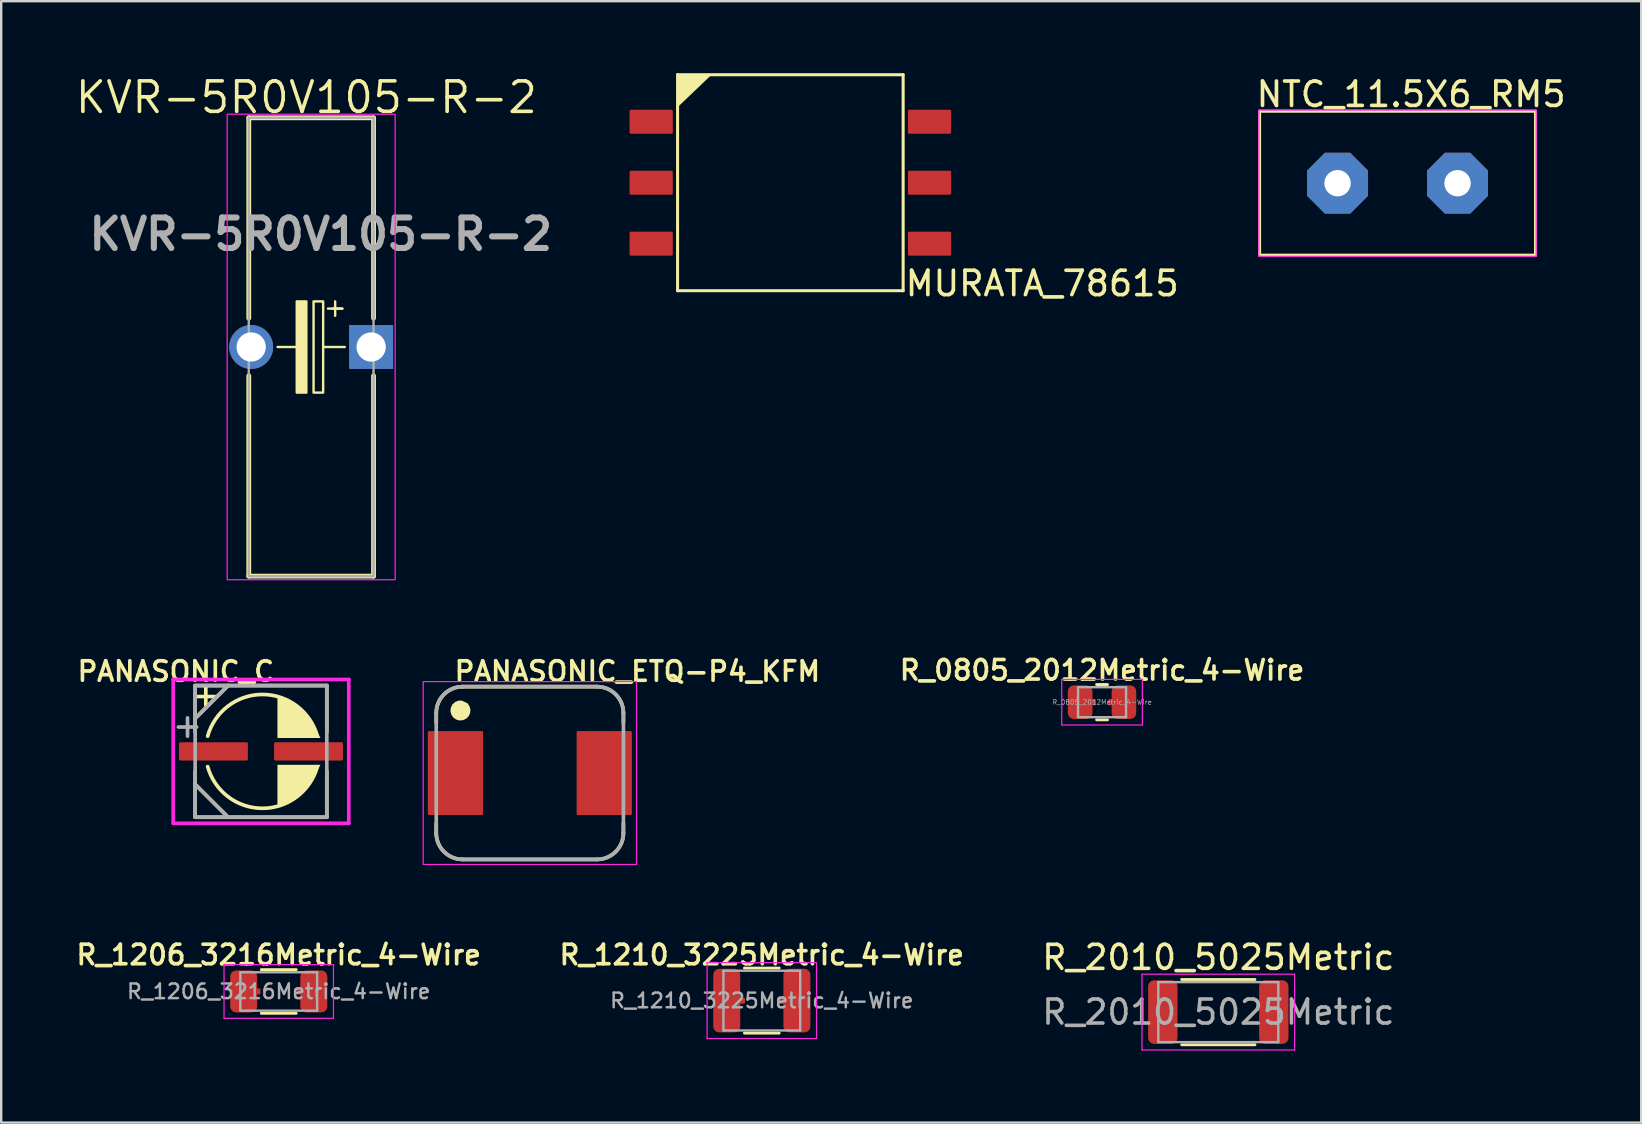
<source format=kicad_pcb>
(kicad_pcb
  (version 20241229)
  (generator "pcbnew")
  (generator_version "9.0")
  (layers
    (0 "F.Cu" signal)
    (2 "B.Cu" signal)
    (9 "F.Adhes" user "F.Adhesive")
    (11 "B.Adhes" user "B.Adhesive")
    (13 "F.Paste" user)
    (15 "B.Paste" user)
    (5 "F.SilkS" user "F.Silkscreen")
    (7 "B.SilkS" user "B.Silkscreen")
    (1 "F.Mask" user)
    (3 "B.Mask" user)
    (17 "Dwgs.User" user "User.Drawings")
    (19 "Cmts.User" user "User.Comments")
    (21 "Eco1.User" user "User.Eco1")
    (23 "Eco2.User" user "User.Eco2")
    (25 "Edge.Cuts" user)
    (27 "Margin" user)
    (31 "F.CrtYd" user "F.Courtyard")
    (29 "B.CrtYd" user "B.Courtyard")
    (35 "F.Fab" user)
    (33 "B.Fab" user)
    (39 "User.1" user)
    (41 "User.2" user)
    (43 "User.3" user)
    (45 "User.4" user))
  (footprint "KVR-5R0V105-R-2"
    (layer "F.Cu")
    (at 12.417 11.41)
    (property "Reference" "KVR-5R0V105-R-2" (at -2.7 -10.4 0) (layer "F.SilkS") (effects (font (size 1.27 1.27) (thickness 0.152))))
    (attr through_hole)
    (fp_line (start -5.1 -9.55) (end -5.1 -1.2) (stroke (width 0.2) (type solid)) (layer "F.SilkS"))
    (fp_line (start -5.1 9.55) (end -5.1 1.2) (stroke (width 0.2) (type solid)) (layer "F.SilkS"))
    (fp_line (start -3.9 0) (end -3.1 0) (stroke (width 0.1) (type default)) (layer "F.SilkS"))
    (fp_line (start -2 0) (end -1.1 0) (stroke (width 0.1) (type default)) (layer "F.SilkS"))
    (fp_line (start -1.6 -1.6) (end -1.2 -1.6) (stroke (width 0.1) (type default)) (layer "F.SilkS"))
    (fp_line (start -1.5 -1.9) (end -1.5 -1.3) (stroke (width 0.1) (type default)) (layer "F.SilkS"))
    (fp_line (start -1.2 -1.6) (end -1.8 -1.6) (stroke (width 0.1) (type default)) (layer "F.SilkS"))
    (fp_line (start 0.1 -9.55) (end -5.1 -9.55) (stroke (width 0.2) (type solid)) (layer "F.SilkS"))
    (fp_line (start 0.1 -1.2) (end 0.1 -9.55) (stroke (width 0.2) (type solid)) (layer "F.SilkS"))
    (fp_line (start 0.1 1.2) (end 0.1 9.55) (stroke (width 0.2) (type solid)) (layer "F.SilkS"))
    (fp_line (start 0.1 9.55) (end -5.1 9.55) (stroke (width 0.2) (type solid)) (layer "F.SilkS"))
    (fp_rect (start -3.1 -1.9) (end -2.7 1.9) (stroke (width 0.1) (type solid)) (fill yes) (layer "F.SilkS"))
    (fp_rect (start -2.4 -1.9) (end -2 1.9) (stroke (width 0.1) (type default)) (fill no) (layer "F.SilkS"))
    (fp_rect (start -6 -9.7) (end 1 9.7) (stroke (width 0.05) (type default)) (fill no) (layer "F.CrtYd"))
    (fp_line (start -5.1 -9.55) (end 0.1 -9.55) (stroke (width 0.1) (type solid)) (layer "F.Fab"))
    (fp_line (start -5.1 9.55) (end -5.1 -9.55) (stroke (width 0.1) (type solid)) (layer "F.Fab"))
    (fp_line (start 0.1 -9.55) (end 0.1 9.55) (stroke (width 0.1) (type solid)) (layer "F.Fab"))
    (fp_line (start 0.1 9.55) (end -5.1 9.55) (stroke (width 0.1) (type solid)) (layer "F.Fab"))
    (fp_text user "${REFERENCE}" (at -2.1 -4.7 0) (layer "F.Fab") (effects (font (size 1.27 1.27) (thickness 0.254))))
    (pad "+" thru_hole rect (at 0 0) (size 1.83 1.83) (drill 1.22) (layers "*.Cu" "*.Mask"))
    (pad "-" thru_hole circle (at -5 0) (size 1.83 1.83) (drill 1.22) (layers "*.Cu" "*.Mask")))
  (footprint "NTC_11.5X6_RM5"
    (layer "F.Cu")
    (at 55.19 4.585)
    (property "Reference" "NTC_11.5X6_RM5" (at -5.969 -3.111 0) (layer "F.SilkS") (effects (font (size 1.016 1.016) (thickness 0.152)) (justify left bottom)))
    (attr through_hole)
    (fp_line (start -5.75 -3) (end -5.75 3) (stroke (width 0.127) (type solid)) (layer "F.SilkS"))
    (fp_line (start -5.75 3) (end 5.75 3) (stroke (width 0.127) (type solid)) (layer "F.SilkS"))
    (fp_line (start 5.75 -3) (end -5.75 -3) (stroke (width 0.127) (type solid)) (layer "F.SilkS"))
    (fp_line (start 5.75 3) (end 5.75 -3) (stroke (width 0.127) (type solid)) (layer "F.SilkS"))
    (fp_rect (start -5.779 -3.048) (end 5.779 3.048) (stroke (width 0.05) (type default)) (fill no) (layer "F.CrtYd"))
    (pad "1" thru_hole roundrect (at -2.5 0) (size 2.54 2.54) (drill 1.1) (layers "*.Cu" "*.Mask") (roundrect_rratio 0.25) (chamfer_ratio 0.293) (chamfer top_left top_right bottom_left bottom_right))
    (pad "2" thru_hole roundrect (at 2.5 0) (size 2.54 2.54) (drill 1.1) (layers "*.Cu" "*.Mask") (roundrect_rratio 0.25) (chamfer_ratio 0.293) (chamfer top_left top_right bottom_left bottom_right)))
  (footprint "R_0805_2012Metric_4-Wire"
    (layer "F.Cu")
    (at 42.876 26.212)
    (property "Reference" "R_0805_2012Metric_4-Wire" (at 0 -1.333 0) (layer "F.SilkS") (effects (font (size 0.813 0.813) (thickness 0.152) (bold yes))))
    (attr smd)
    (fp_line (start -0.227 -0.735) (end 0.227 -0.735) (stroke (width 0.12) (type solid)) (layer "F.SilkS"))
    (fp_line (start -0.227 0.735) (end 0.227 0.735) (stroke (width 0.12) (type solid)) (layer "F.SilkS"))
    (fp_line (start -1.68 -0.95) (end 1.68 -0.95) (stroke (width 0.05) (type solid)) (layer "F.CrtYd"))
    (fp_line (start -1.68 0.95) (end -1.68 -0.95) (stroke (width 0.05) (type solid)) (layer "F.CrtYd"))
    (fp_line (start 1.68 -0.95) (end 1.68 0.95) (stroke (width 0.05) (type solid)) (layer "F.CrtYd"))
    (fp_line (start 1.68 0.95) (end -1.68 0.95) (stroke (width 0.05) (type solid)) (layer "F.CrtYd"))
    (fp_line (start -1 -0.625) (end 1 -0.625) (stroke (width 0.1) (type solid)) (layer "F.Fab"))
    (fp_line (start -1 0.625) (end -1 -0.625) (stroke (width 0.1) (type solid)) (layer "F.Fab"))
    (fp_line (start 1 -0.625) (end 1 0.625) (stroke (width 0.1) (type solid)) (layer "F.Fab"))
    (fp_line (start 1 0.625) (end -1 0.625) (stroke (width 0.1) (type solid)) (layer "F.Fab"))
    (fp_text user "${REFERENCE}" (at 0 0 0) (layer "F.Fab") (effects (font (size 0.2 0.2) (thickness 0.025))))
    (pad "1" smd roundrect (at -0.912 0) (size 1.025 1.4) (layers "F.Cu" "F.Mask" "F.Paste") (roundrect_rratio 0.244))
    (pad "1S" smd roundrect (at -0.381 0) (size 0.254 0.254) (layers "F.Cu" "F.Mask" "F.Paste") (roundrect_rratio 0.2))
    (pad "2" smd roundrect (at 0.912 0) (size 1.025 1.4) (layers "F.Cu" "F.Mask" "F.Paste") (roundrect_rratio 0.244))
    (pad "2S" smd roundrect (at 0.381 0 180) (size 0.254 0.254) (layers "F.Cu" "F.Mask" "F.Paste") (roundrect_rratio 0.2)))
  (footprint "R_1206_3216Metric_4-Wire"
    (layer "F.Cu")
    (at 8.566 38.267)
    (property "Reference" "R_1206_3216Metric_4-Wire" (at 0 -1.524 0) (layer "F.SilkS") (effects (font (size 0.813 0.813) (thickness 0.152) (bold yes))))
    (attr smd)
    (fp_line (start -0.727 -0.91) (end 0.727 -0.91) (stroke (width 0.12) (type solid)) (layer "F.SilkS"))
    (fp_line (start -0.727 0.91) (end 0.727 0.91) (stroke (width 0.12) (type solid)) (layer "F.SilkS"))
    (fp_line (start -2.28 -1.12) (end 2.28 -1.12) (stroke (width 0.05) (type solid)) (layer "F.CrtYd"))
    (fp_line (start -2.28 1.12) (end -2.28 -1.12) (stroke (width 0.05) (type solid)) (layer "F.CrtYd"))
    (fp_line (start 2.28 -1.12) (end 2.28 1.12) (stroke (width 0.05) (type solid)) (layer "F.CrtYd"))
    (fp_line (start 2.28 1.12) (end -2.28 1.12) (stroke (width 0.05) (type solid)) (layer "F.CrtYd"))
    (fp_line (start -1.6 -0.8) (end 1.6 -0.8) (stroke (width 0.1) (type solid)) (layer "F.Fab"))
    (fp_line (start -1.6 0.8) (end -1.6 -0.8) (stroke (width 0.1) (type solid)) (layer "F.Fab"))
    (fp_line (start 1.6 -0.8) (end 1.6 0.8) (stroke (width 0.1) (type solid)) (layer "F.Fab"))
    (fp_line (start 1.6 0.8) (end -1.6 0.8) (stroke (width 0.1) (type solid)) (layer "F.Fab"))
    (fp_text user "${REFERENCE}" (at 0 0 0) (layer "F.Fab") (effects (font (size 0.61 0.61) (thickness 0.102) (bold yes))))
    (pad "1" smd roundrect (at -1.462 0) (size 1.125 1.75) (layers "F.Cu" "F.Mask" "F.Paste") (roundrect_rratio 0.222))
    (pad "1S" smd roundrect (at -0.889 0) (size 0.254 0.254) (layers "F.Cu" "F.Mask" "F.Paste") (roundrect_rratio 0.2))
    (pad "2" smd roundrect (at 1.462 0) (size 1.125 1.75) (layers "F.Cu" "F.Mask" "F.Paste") (roundrect_rratio 0.222))
    (pad "2S" smd roundrect (at 0.889 0 180) (size 0.254 0.254) (layers "F.Cu" "F.Mask" "F.Paste") (roundrect_rratio 0.2)))
  (footprint "R_2010_5025Metric"
    (layer "F.Cu")
    (at 47.721 39.128)
    (property "Reference" "R_2010_5025Metric" (at 0 -2.28 0) (layer "F.SilkS") (effects (font (size 1 1) (thickness 0.15))))
    (attr smd)
    (fp_line (start -1.527 -1.36) (end 1.527 -1.36) (stroke (width 0.12) (type solid)) (layer "F.SilkS"))
    (fp_line (start -1.527 1.36) (end 1.527 1.36) (stroke (width 0.12) (type solid)) (layer "F.SilkS"))
    (fp_line (start -3.18 -1.58) (end 3.18 -1.58) (stroke (width 0.05) (type solid)) (layer "F.CrtYd"))
    (fp_line (start -3.18 1.58) (end -3.18 -1.58) (stroke (width 0.05) (type solid)) (layer "F.CrtYd"))
    (fp_line (start 3.18 -1.58) (end 3.18 1.58) (stroke (width 0.05) (type solid)) (layer "F.CrtYd"))
    (fp_line (start 3.18 1.58) (end -3.18 1.58) (stroke (width 0.05) (type solid)) (layer "F.CrtYd"))
    (fp_line (start -2.5 -1.25) (end 2.5 -1.25) (stroke (width 0.1) (type solid)) (layer "F.Fab"))
    (fp_line (start -2.5 1.25) (end -2.5 -1.25) (stroke (width 0.1) (type solid)) (layer "F.Fab"))
    (fp_line (start 2.5 -1.25) (end 2.5 1.25) (stroke (width 0.1) (type solid)) (layer "F.Fab"))
    (fp_line (start 2.5 1.25) (end -2.5 1.25) (stroke (width 0.1) (type solid)) (layer "F.Fab"))
    (fp_text user "${REFERENCE}" (at 0 0 0) (layer "F.Fab") (effects (font (size 1 1) (thickness 0.15))))
    (pad "1" smd roundrect (at -2.312 0) (size 1.225 2.65) (layers "F.Cu" "F.Mask" "F.Paste") (roundrect_rratio 0.204))
    (pad "2" smd roundrect (at 2.312 0) (size 1.225 2.65) (layers "F.Cu" "F.Mask" "F.Paste") (roundrect_rratio 0.204)))
  (footprint "PANASONIC_C"
    (layer "F.Cu")
    (at 7.826 28.263)
    (property "Reference" "PANASONIC_C" (at 0.635 -2.857 0) (layer "F.SilkS") (effects (font (size 0.813 0.813) (thickness 0.152)) (justify right bottom)))
    (attr smd)
    (fp_line (start -2.743 -1.372) (end -1.372 -2.743) (stroke (width 0.152) (type solid)) (layer "F.SilkS"))
    (fp_line (start -2.743 -0.813) (end -2.743 -2.743) (stroke (width 0.152) (type solid)) (layer "F.SilkS"))
    (fp_line (start -2.743 1.372) (end -2.743 0.813) (stroke (width 0.152) (type solid)) (layer "F.SilkS"))
    (fp_line (start -2.743 2.743) (end -2.743 1.372) (stroke (width 0.152) (type solid)) (layer "F.SilkS"))
    (fp_line (start -2.743 2.743) (end -1.372 2.743) (stroke (width 0.152) (type solid)) (layer "F.SilkS"))
    (fp_line (start -2.299 -2.667) (end -2.299 -1.905) (stroke (width 0.152) (type solid)) (layer "F.SilkS"))
    (fp_line (start -1.918 -2.286) (end -2.68 -2.286) (stroke (width 0.152) (type solid)) (layer "F.SilkS"))
    (fp_line (start -1.372 2.743) (end -2.743 1.372) (stroke (width 0.152) (type solid)) (layer "F.SilkS"))
    (fp_line (start -1.372 2.743) (end 2.743 2.743) (stroke (width 0.152) (type solid)) (layer "F.SilkS"))
    (fp_line (start 2.743 -2.743) (end -2.743 -2.743) (stroke (width 0.152) (type solid)) (layer "F.SilkS"))
    (fp_line (start 2.743 -0.813) (end 2.743 -2.743) (stroke (width 0.152) (type solid)) (layer "F.SilkS"))
    (fp_line (start 2.743 2.743) (end 2.743 0.813) (stroke (width 0.152) (type solid)) (layer "F.SilkS"))
    (fp_arc (start -2.2225 -0.635) (mid 0.0635 -2.372556) (end 2.3495 -0.635) (stroke (width 0.1524) (type solid)) (layer "F.SilkS"))
    (fp_arc (start 2.3495 0.635) (mid 0.0635 2.372556) (end -2.2225 0.635) (stroke (width 0.1524) (type solid)) (layer "F.SilkS"))
    (fp_poly (pts (xy 1.507 -1.903) (xy 2.03 -1.38) (xy 2.478 -0.559) (xy 0.686 -0.559) (xy 0.686 -2.351)) (stroke (width 0) (type default)) (fill yes) (layer "F.SilkS"))
    (fp_poly (pts (xy 2.03 1.38) (xy 1.507 1.903) (xy 0.686 2.351) (xy 0.686 0.559) (xy 2.478 0.559)) (stroke (width 0) (type default)) (fill yes) (layer "F.SilkS"))
    (fp_line (start -3.658 -2.997) (end 3.658 -2.997) (stroke (width 0.152) (type solid)) (layer "F.CrtYd"))
    (fp_line (start -3.658 2.997) (end -3.658 -2.997) (stroke (width 0.152) (type solid)) (layer "F.CrtYd"))
    (fp_line (start 3.658 -2.997) (end 3.658 2.997) (stroke (width 0.152) (type solid)) (layer "F.CrtYd"))
    (fp_line (start 3.658 2.997) (end -3.658 2.997) (stroke (width 0.152) (type solid)) (layer "F.CrtYd"))
    (fp_line (start -3.061 -1.397) (end -3.061 -0.635) (stroke (width 0.152) (type solid)) (layer "F.Fab"))
    (fp_line (start -2.743 -2.743) (end -2.743 -1.372) (stroke (width 0.152) (type solid)) (layer "F.Fab"))
    (fp_line (start -2.743 -1.372) (end -2.743 1.372) (stroke (width 0.152) (type solid)) (layer "F.Fab"))
    (fp_line (start -2.743 -1.372) (end -1.372 -2.743) (stroke (width 0.152) (type solid)) (layer "F.Fab"))
    (fp_line (start -2.743 1.372) (end -2.743 2.743) (stroke (width 0.152) (type solid)) (layer "F.Fab"))
    (fp_line (start -2.743 1.372) (end -1.372 2.743) (stroke (width 0.152) (type solid)) (layer "F.Fab"))
    (fp_line (start -2.743 2.743) (end -1.372 2.743) (stroke (width 0.152) (type solid)) (layer "F.Fab"))
    (fp_line (start -2.68 -1.016) (end -3.442 -1.016) (stroke (width 0.152) (type solid)) (layer "F.Fab"))
    (fp_line (start -1.372 -2.743) (end -2.743 -2.743) (stroke (width 0.152) (type solid)) (layer "F.Fab"))
    (fp_line (start -1.372 2.743) (end 2.743 2.743) (stroke (width 0.152) (type solid)) (layer "F.Fab"))
    (fp_line (start 2.743 -2.743) (end -1.372 -2.743) (stroke (width 0.152) (type solid)) (layer "F.Fab"))
    (fp_line (start 2.743 2.743) (end 2.743 -2.743) (stroke (width 0.152) (type solid)) (layer "F.Fab"))
    (pad "+" smd roundrect (at -1.981 0) (size 2.87 0.762) (layers "F.Cu" "F.Mask" "F.Paste") (roundrect_rratio 0.067))
    (pad "-" smd roundrect (at 1.981 0) (size 2.87 0.762) (layers "F.Cu" "F.Mask" "F.Paste") (roundrect_rratio 0.067)))
  (footprint "R_1210_3225Metric_4-Wire"
    (layer "F.Cu")
    (at 28.697 38.648)
    (property "Reference" "R_1210_3225Metric_4-Wire" (at 0 -1.905 0) (layer "F.SilkS") (effects (font (size 0.813 0.813) (thickness 0.152))))
    (attr smd)
    (fp_line (start -0.724 -1.355) (end 0.724 -1.355) (stroke (width 0.12) (type solid)) (layer "F.SilkS"))
    (fp_line (start -0.724 1.355) (end 0.724 1.355) (stroke (width 0.12) (type solid)) (layer "F.SilkS"))
    (fp_line (start -2.28 -1.58) (end 2.28 -1.58) (stroke (width 0.05) (type solid)) (layer "F.CrtYd"))
    (fp_line (start -2.28 1.58) (end -2.28 -1.58) (stroke (width 0.05) (type solid)) (layer "F.CrtYd"))
    (fp_line (start 2.28 -1.58) (end 2.28 1.58) (stroke (width 0.05) (type solid)) (layer "F.CrtYd"))
    (fp_line (start 2.28 1.58) (end -2.28 1.58) (stroke (width 0.05) (type solid)) (layer "F.CrtYd"))
    (fp_line (start -1.6 -1.245) (end 1.6 -1.245) (stroke (width 0.1) (type solid)) (layer "F.Fab"))
    (fp_line (start -1.6 1.245) (end -1.6 -1.245) (stroke (width 0.1) (type solid)) (layer "F.Fab"))
    (fp_line (start 1.6 -1.245) (end 1.6 1.245) (stroke (width 0.1) (type solid)) (layer "F.Fab"))
    (fp_line (start 1.6 1.245) (end -1.6 1.245) (stroke (width 0.1) (type solid)) (layer "F.Fab"))
    (fp_text user "${REFERENCE}" (at 0 0 0) (layer "F.Fab") (effects (font (size 0.61 0.61) (thickness 0.102) (bold yes))))
    (pad "1" smd roundrect (at -1.462 0) (size 1.125 2.65) (layers "F.Cu" "F.Mask" "F.Paste") (roundrect_rratio 0.222))
    (pad "1S" smd roundrect (at -0.826 0) (size 0.254 0.254) (layers "F.Cu" "F.Mask" "F.Paste") (roundrect_rratio 0.2))
    (pad "2" smd roundrect (at 1.462 0) (size 1.125 2.65) (layers "F.Cu" "F.Mask" "F.Paste") (roundrect_rratio 0.222))
    (pad "2S" smd roundrect (at 0.826 0 180) (size 0.254 0.254) (layers "F.Cu" "F.Mask" "F.Paste") (roundrect_rratio 0.2)))
  (footprint "MURATA_78615"
    (layer "F.Cu")
    (at 29.887 4.564)
    (property "Reference" "MURATA_78615" (at 4.71 4.795 180) (layer "F.SilkS") (effects (font (size 1.016 1.016) (thickness 0.152)) (justify left bottom)))
    (attr smd)
    (fp_line (start -4.7 -4.5) (end 4.7 -4.5) (stroke (width 0.127) (type solid)) (layer "F.SilkS"))
    (fp_line (start -4.7 4.5) (end -4.7 -4.5) (stroke (width 0.127) (type solid)) (layer "F.SilkS"))
    (fp_line (start 4.7 -4.5) (end 4.7 4.5) (stroke (width 0.127) (type solid)) (layer "F.SilkS"))
    (fp_line (start 4.7 4.5) (end -4.7 4.5) (stroke (width 0.127) (type solid)) (layer "F.SilkS"))
    (fp_poly (pts (xy -4.699 -3.147) (xy -4.7 -4.5) (xy -3.283 -4.5)) (stroke (width 0) (type default)) (fill yes) (layer "F.SilkS"))
    (pad "1" smd roundrect (at -5.8 -2.54) (size 1.8 1) (layers "F.Cu" "F.Mask" "F.Paste") (roundrect_rratio 0.051))
    (pad "2" smd roundrect (at -5.8 0) (size 1.8 1) (layers "F.Cu" "F.Mask" "F.Paste") (roundrect_rratio 0.051))
    (pad "3" smd roundrect (at -5.8 2.54) (size 1.8 1) (layers "F.Cu" "F.Mask" "F.Paste") (roundrect_rratio 0.051))
    (pad "4" smd roundrect (at 5.8 2.54) (size 1.8 1) (layers "F.Cu" "F.Mask" "F.Paste") (roundrect_rratio 0.051))
    (pad "5" smd roundrect (at 5.8 0) (size 1.8 1) (layers "F.Cu" "F.Mask" "F.Paste") (roundrect_rratio 0.051))
    (pad "6" smd roundrect (at 5.8 -2.54) (size 1.8 1) (layers "F.Cu" "F.Mask" "F.Paste") (roundrect_rratio 0.051)))
  (footprint "PANASONIC_ETQ-P4_KFM"
    (layer "F.Cu")
    (at 19.03 29.165)
    (property "Reference" "PANASONIC_ETQ-P4_KFM" (at -3.226 -3.759 0) (layer "F.SilkS") (effects (font (size 0.813 0.813) (thickness 0.152) (bold yes)) (justify left bottom)))
    (attr smd)
    (fp_line (start -3.9 -2.5) (end -3.9 -2.1) (stroke (width 0.152) (type solid)) (layer "F.SilkS"))
    (fp_line (start -3.9 2.1) (end -3.9 2.5) (stroke (width 0.152) (type solid)) (layer "F.SilkS"))
    (fp_line (start -2.8 -3.6) (end 2.8 -3.6) (stroke (width 0.152) (type solid)) (layer "F.SilkS"))
    (fp_line (start -2.8 3.6) (end 2.8 3.6) (stroke (width 0.152) (type solid)) (layer "F.SilkS"))
    (fp_line (start 3.9 -2.5) (end 3.9 -2.1) (stroke (width 0.152) (type solid)) (layer "F.SilkS"))
    (fp_line (start 3.9 2.1) (end 3.9 2.5) (stroke (width 0.152) (type solid)) (layer "F.SilkS"))
    (fp_arc (start -3.9 -2.5) (mid -3.577817 -3.277817) (end -2.8 -3.6) (stroke (width 0.1524) (type solid)) (layer "F.SilkS"))
    (fp_arc (start -2.8 3.6) (mid -3.577817 3.277817) (end -3.9 2.5) (stroke (width 0.1524) (type solid)) (layer "F.SilkS"))
    (fp_arc (start 2.8 -3.6) (mid 3.577817 -3.277817) (end 3.9 -2.5) (stroke (width 0.1524) (type solid)) (layer "F.SilkS"))
    (fp_arc (start 3.9 2.5) (mid 3.577817 3.277817) (end 2.8 3.6) (stroke (width 0.1524) (type solid)) (layer "F.SilkS"))
    (fp_poly (pts (xy -2.599 -2.907) (xy -2.513 -2.784) (xy -2.475 -2.643) (xy -2.488 -2.499) (xy -2.549 -2.367) (xy -2.652 -2.265) (xy -2.783 -2.203) (xy -2.928 -2.191) (xy -3.068 -2.228) (xy -3.187 -2.311) (xy -3.27 -2.43) (xy -3.308 -2.571) (xy -3.295 -2.715) (xy -3.234 -2.847) (xy -3.131 -2.949) (xy -3 -3.011) (xy -2.849 -3.024)) (stroke (width 0) (type default)) (fill yes) (layer "F.SilkS"))
    (fp_rect (start -4.445 -3.81) (end 4.445 3.81) (stroke (width 0.05) (type default)) (fill no) (layer "F.CrtYd"))
    (fp_line (start -3.9 2.5) (end -3.9 -2.5) (stroke (width 0.152) (type solid)) (layer "F.Fab"))
    (fp_line (start -2.8 -3.6) (end 2.8 -3.6) (stroke (width 0.152) (type solid)) (layer "F.Fab"))
    (fp_line (start 2.8 3.6) (end -2.8 3.6) (stroke (width 0.152) (type solid)) (layer "F.Fab"))
    (fp_line (start 3.9 -2.5) (end 3.9 2.5) (stroke (width 0.152) (type solid)) (layer "F.Fab"))
    (fp_arc (start -3.9 -2.5) (mid -3.577817 -3.277817) (end -2.8 -3.6) (stroke (width 0.1524) (type solid)) (layer "F.Fab"))
    (fp_arc (start -2.8 3.6) (mid -3.577817 3.277817) (end -3.9 2.5) (stroke (width 0.1524) (type solid)) (layer "F.Fab"))
    (fp_arc (start 2.8 -3.6) (mid 3.577817 -3.277817) (end 3.9 -2.5) (stroke (width 0.1524) (type solid)) (layer "F.Fab"))
    (fp_arc (start 3.9 2.5) (mid 3.577817 3.277817) (end 2.8 3.6) (stroke (width 0.1524) (type solid)) (layer "F.Fab"))
    (pad "1" smd roundrect (at -3.1 0 90) (size 3.5 2.3) (layers "F.Cu" "F.Mask" "F.Paste") (roundrect_rratio 0.022))
    (pad "2" smd roundrect (at 3.1 0 90) (size 3.5 2.3) (layers "F.Cu" "F.Mask" "F.Paste") (roundrect_rratio 0.022)))
  (gr_rect
    (start -3 -3)
    (end 65.344 43.733)
    (stroke (width 0.1) (type default))
    (fill no)
    (layer "Edge.Cuts")))
</source>
